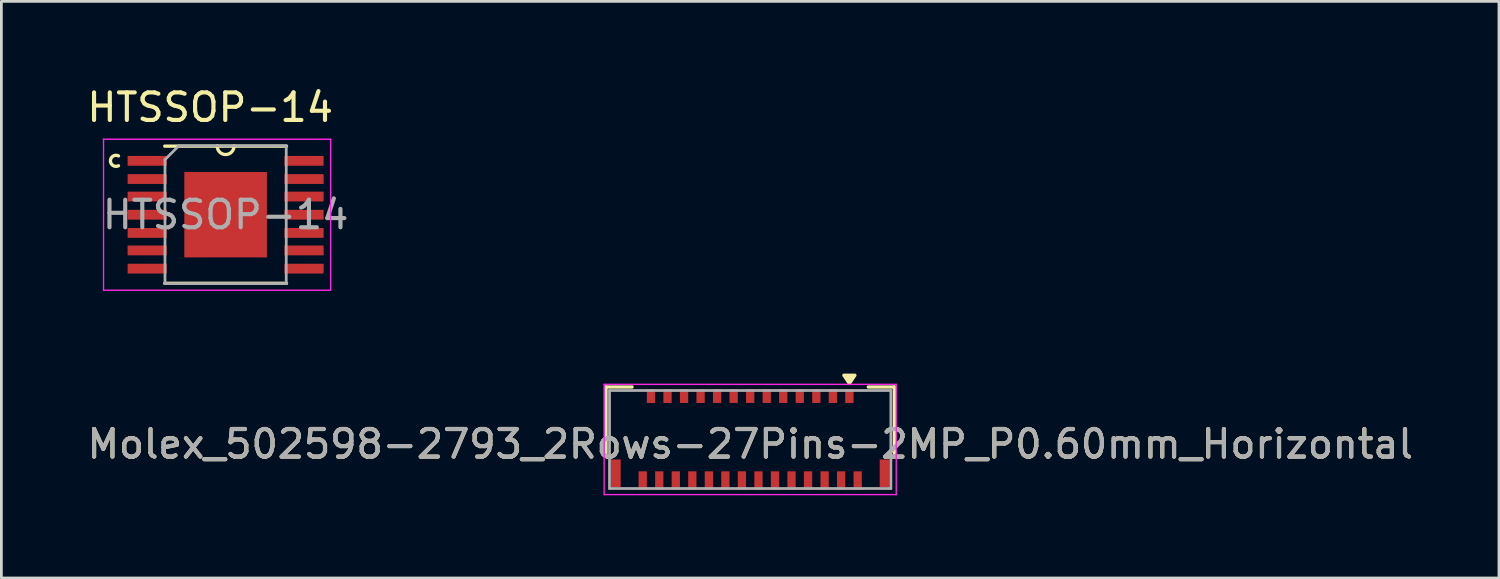
<source format=kicad_pcb>
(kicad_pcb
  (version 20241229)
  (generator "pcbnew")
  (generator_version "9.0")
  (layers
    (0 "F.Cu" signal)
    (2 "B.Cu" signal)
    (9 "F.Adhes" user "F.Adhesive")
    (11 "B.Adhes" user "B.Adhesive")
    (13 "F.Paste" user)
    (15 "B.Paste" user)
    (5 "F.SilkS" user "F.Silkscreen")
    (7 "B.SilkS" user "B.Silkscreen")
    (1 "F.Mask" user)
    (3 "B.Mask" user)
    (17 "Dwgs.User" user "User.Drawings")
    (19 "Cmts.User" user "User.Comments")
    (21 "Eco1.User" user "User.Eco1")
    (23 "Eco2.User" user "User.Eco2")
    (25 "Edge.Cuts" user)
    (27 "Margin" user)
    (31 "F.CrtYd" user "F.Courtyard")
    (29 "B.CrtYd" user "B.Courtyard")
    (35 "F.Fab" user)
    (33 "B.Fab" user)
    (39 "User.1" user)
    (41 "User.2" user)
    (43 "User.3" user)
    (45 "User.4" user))
  (footprint "Molex_502598-2793_2Rows-27Pins-2MP_P0.60mm_Horizontal"
    (layer "F.Cu")
    (at 24.173 12.898)
    (property "Reference" "Molex_502598-2793_2Rows-27Pins-2MP_P0.60mm_Horizontal" (at 0 0.166 0) (unlocked yes) (layer "F.SilkS") (effects (font (size 1 1) (thickness 0.15))))
    (attr smd)
    (fp_line (start -5.232 -1.905) (end -5.232 0.491) (stroke (width 0.12) (type solid)) (layer "F.SilkS"))
    (fp_line (start -4.286 -1.905) (end -5.232 -1.905) (stroke (width 0.12) (type solid)) (layer "F.SilkS"))
    (fp_line (start 5.232 -1.905) (end 4.286 -1.905) (stroke (width 0.12) (type solid)) (layer "F.SilkS"))
    (fp_line (start 5.232 0.491) (end 5.232 -1.905) (stroke (width 0.12) (type solid)) (layer "F.SilkS"))
    (fp_poly (pts (xy 3.6 -2.031) (xy 3.4 -2.331) (xy 3.8 -2.331)) (stroke (width 0.12) (type solid)) (fill yes) (layer "F.SilkS"))
    (fp_line (start -5.3 -2) (end -5.3 2) (stroke (width 0.05) (type solid)) (layer "F.CrtYd"))
    (fp_line (start -5.3 2) (end 5.3 2) (stroke (width 0.05) (type solid)) (layer "F.CrtYd"))
    (fp_line (start 5.3 -2) (end -5.3 -2) (stroke (width 0.05) (type solid)) (layer "F.CrtYd"))
    (fp_line (start 5.3 2) (end 5.3 -2) (stroke (width 0.05) (type solid)) (layer "F.CrtYd"))
    (fp_line (start -5.105 -1.778) (end -5.105 1.778) (stroke (width 0.1) (type solid)) (layer "F.Fab"))
    (fp_line (start -5.105 1.778) (end 5.105 1.778) (stroke (width 0.1) (type solid)) (layer "F.Fab"))
    (fp_line (start 5.105 -1.778) (end -5.105 -1.778) (stroke (width 0.1) (type solid)) (layer "F.Fab"))
    (fp_line (start 5.105 1.778) (end 5.105 -1.778) (stroke (width 0.1) (type solid)) (layer "F.Fab"))
    (fp_text user "${REFERENCE}" (at 0 0.166 0) (unlocked yes) (layer "F.Fab") (effects (font (size 1 1) (thickness 0.15))))
    (pad "1" smd rect (at 3.6 -1.575) (size 0.3 0.5) (layers "F.Cu" "F.Mask" "F.Paste"))
    (pad "2" smd rect (at 3 -1.575) (size 0.3 0.5) (layers "F.Cu" "F.Mask" "F.Paste"))
    (pad "3" smd rect (at 2.4 -1.575) (size 0.3 0.5) (layers "F.Cu" "F.Mask" "F.Paste"))
    (pad "4" smd rect (at 1.8 -1.575) (size 0.3 0.5) (layers "F.Cu" "F.Mask" "F.Paste"))
    (pad "5" smd rect (at 1.2 -1.575) (size 0.3 0.5) (layers "F.Cu" "F.Mask" "F.Paste"))
    (pad "6" smd rect (at 0.6 -1.575) (size 0.3 0.5) (layers "F.Cu" "F.Mask" "F.Paste"))
    (pad "7" smd rect (at 0 -1.575) (size 0.3 0.5) (layers "F.Cu" "F.Mask" "F.Paste"))
    (pad "8" smd rect (at -0.6 -1.575) (size 0.3 0.5) (layers "F.Cu" "F.Mask" "F.Paste"))
    (pad "9" smd rect (at -1.2 -1.575) (size 0.3 0.5) (layers "F.Cu" "F.Mask" "F.Paste"))
    (pad "10" smd rect (at -1.8 -1.575) (size 0.3 0.5) (layers "F.Cu" "F.Mask" "F.Paste"))
    (pad "11" smd rect (at -2.4 -1.575) (size 0.3 0.5) (layers "F.Cu" "F.Mask" "F.Paste"))
    (pad "12" smd rect (at -3 -1.575) (size 0.3 0.5) (layers "F.Cu" "F.Mask" "F.Paste"))
    (pad "13" smd rect (at -3.6 -1.575) (size 0.3 0.5) (layers "F.Cu" "F.Mask" "F.Paste"))
    (pad "14" smd rect (at 3.9 1.49) (size 0.3 0.67) (layers "F.Cu" "F.Mask" "F.Paste"))
    (pad "15" smd rect (at 3.3 1.49) (size 0.3 0.67) (layers "F.Cu" "F.Mask" "F.Paste"))
    (pad "16" smd rect (at 2.7 1.49) (size 0.3 0.67) (layers "F.Cu" "F.Mask" "F.Paste"))
    (pad "17" smd rect (at 2.1 1.49) (size 0.3 0.67) (layers "F.Cu" "F.Mask" "F.Paste"))
    (pad "18" smd rect (at 1.5 1.49) (size 0.3 0.67) (layers "F.Cu" "F.Mask" "F.Paste"))
    (pad "19" smd rect (at 0.9 1.49) (size 0.3 0.67) (layers "F.Cu" "F.Mask" "F.Paste"))
    (pad "20" smd rect (at 0.3 1.49) (size 0.3 0.67) (layers "F.Cu" "F.Mask" "F.Paste"))
    (pad "21" smd rect (at -0.3 1.49) (size 0.3 0.67) (layers "F.Cu" "F.Mask" "F.Paste"))
    (pad "22" smd rect (at -0.9 1.49) (size 0.3 0.67) (layers "F.Cu" "F.Mask" "F.Paste"))
    (pad "23" smd rect (at -1.5 1.49) (size 0.3 0.67) (layers "F.Cu" "F.Mask" "F.Paste"))
    (pad "24" smd rect (at -2.1 1.49) (size 0.3 0.67) (layers "F.Cu" "F.Mask" "F.Paste"))
    (pad "25" smd rect (at -2.7 1.49) (size 0.3 0.67) (layers "F.Cu" "F.Mask" "F.Paste"))
    (pad "26" smd rect (at -3.3 1.49) (size 0.3 0.67) (layers "F.Cu" "F.Mask" "F.Paste"))
    (pad "27" smd rect (at -3.9 1.49) (size 0.3 0.67) (layers "F.Cu" "F.Mask" "F.Paste"))
    (pad "MP" smd rect (at -4.875 1.225) (size 0.35 1) (layers "F.Cu" "F.Mask" "F.Paste"))
    (pad "MP" smd rect (at 4.875 1.225) (size 0.35 1) (layers "F.Cu" "F.Mask" "F.Paste")))
  (footprint "HTSSOP-14"
    (layer "F.Cu")
    (at 5.137 4.742)
    (property "Reference" "HTSSOP-14" (at -0.56 -3.894 0) (layer "F.SilkS") (effects (font (size 1 1) (thickness 0.15))))
    (attr smd)
    (fp_line (start -2.21 2.489) (end 2.21 2.489) (stroke (width 0.12) (type solid)) (layer "F.SilkS"))
    (fp_line (start -0.305 -2.489) (end -2.21 -2.489) (stroke (width 0.12) (type solid)) (layer "F.SilkS"))
    (fp_line (start 0.305 -2.489) (end -0.305 -2.489) (stroke (width 0.12) (type solid)) (layer "F.SilkS"))
    (fp_line (start 2.21 -2.489) (end 0.305 -2.489) (stroke (width 0.12) (type solid)) (layer "F.SilkS"))
    (fp_arc (start -3.886205 -1.777997) (mid -4.17921 -1.955803) (end -3.8862 -2.1336) (stroke (width 0.12) (type solid)) (layer "F.SilkS"))
    (fp_arc (start 0.3048 -2.4892) (mid 0 -2.1844) (end -0.3048 -2.4892) (stroke (width 0.12) (type solid)) (layer "F.SilkS"))
    (fp_line (start -3.2 -2.108) (end -3.2 -1.803) (stroke (width 0.152) (type solid)) (layer "Eco2.User"))
    (fp_line (start -3.2 -1.803) (end -2.21 -1.803) (stroke (width 0.152) (type solid)) (layer "Eco2.User"))
    (fp_line (start -3.2 -1.448) (end -3.2 -1.143) (stroke (width 0.152) (type solid)) (layer "Eco2.User"))
    (fp_line (start -3.2 -1.143) (end -2.21 -1.143) (stroke (width 0.152) (type solid)) (layer "Eco2.User"))
    (fp_line (start -3.2 -0.787) (end -3.2 -0.508) (stroke (width 0.152) (type solid)) (layer "Eco2.User"))
    (fp_line (start -3.2 -0.508) (end -2.21 -0.508) (stroke (width 0.152) (type solid)) (layer "Eco2.User"))
    (fp_line (start -3.2 -0.152) (end -3.2 0.152) (stroke (width 0.152) (type solid)) (layer "Eco2.User"))
    (fp_line (start -3.2 0.152) (end -2.21 0.152) (stroke (width 0.152) (type solid)) (layer "Eco2.User"))
    (fp_line (start -3.2 0.508) (end -3.2 0.787) (stroke (width 0.152) (type solid)) (layer "Eco2.User"))
    (fp_line (start -3.2 0.787) (end -2.21 0.787) (stroke (width 0.152) (type solid)) (layer "Eco2.User"))
    (fp_line (start -3.2 1.143) (end -3.2 1.448) (stroke (width 0.152) (type solid)) (layer "Eco2.User"))
    (fp_line (start -3.2 1.448) (end -2.21 1.448) (stroke (width 0.152) (type solid)) (layer "Eco2.User"))
    (fp_line (start -3.2 1.803) (end -3.2 2.108) (stroke (width 0.152) (type solid)) (layer "Eco2.User"))
    (fp_line (start -3.2 2.108) (end -2.21 2.108) (stroke (width 0.152) (type solid)) (layer "Eco2.User"))
    (fp_line (start -2.21 -2.489) (end -2.21 2.489) (stroke (width 0.152) (type solid)) (layer "Eco2.User"))
    (fp_line (start -2.21 -2.108) (end -3.2 -2.108) (stroke (width 0.152) (type solid)) (layer "Eco2.User"))
    (fp_line (start -2.21 -1.803) (end -2.21 -2.108) (stroke (width 0.152) (type solid)) (layer "Eco2.User"))
    (fp_line (start -2.21 -1.448) (end -3.2 -1.448) (stroke (width 0.152) (type solid)) (layer "Eco2.User"))
    (fp_line (start -2.21 -1.143) (end -2.21 -1.448) (stroke (width 0.152) (type solid)) (layer "Eco2.User"))
    (fp_line (start -2.21 -0.787) (end -3.2 -0.787) (stroke (width 0.152) (type solid)) (layer "Eco2.User"))
    (fp_line (start -2.21 -0.508) (end -2.21 -0.787) (stroke (width 0.152) (type solid)) (layer "Eco2.User"))
    (fp_line (start -2.21 -0.152) (end -3.2 -0.152) (stroke (width 0.152) (type solid)) (layer "Eco2.User"))
    (fp_line (start -2.21 0.152) (end -2.21 -0.152) (stroke (width 0.152) (type solid)) (layer "Eco2.User"))
    (fp_line (start -2.21 0.508) (end -3.2 0.508) (stroke (width 0.152) (type solid)) (layer "Eco2.User"))
    (fp_line (start -2.21 0.787) (end -2.21 0.508) (stroke (width 0.152) (type solid)) (layer "Eco2.User"))
    (fp_line (start -2.21 1.143) (end -3.2 1.143) (stroke (width 0.152) (type solid)) (layer "Eco2.User"))
    (fp_line (start -2.21 1.448) (end -2.21 1.143) (stroke (width 0.152) (type solid)) (layer "Eco2.User"))
    (fp_line (start -2.21 1.803) (end -3.2 1.803) (stroke (width 0.152) (type solid)) (layer "Eco2.User"))
    (fp_line (start -2.21 2.108) (end -2.21 1.803) (stroke (width 0.152) (type solid)) (layer "Eco2.User"))
    (fp_line (start -2.21 2.489) (end 2.21 2.489) (stroke (width 0.152) (type solid)) (layer "Eco2.User"))
    (fp_line (start -0.305 -2.489) (end -2.21 -2.489) (stroke (width 0.152) (type solid)) (layer "Eco2.User"))
    (fp_line (start 0.305 -2.489) (end -0.305 -2.489) (stroke (width 0.152) (type solid)) (layer "Eco2.User"))
    (fp_line (start 2.21 -2.489) (end 0.305 -2.489) (stroke (width 0.152) (type solid)) (layer "Eco2.User"))
    (fp_line (start 2.21 -2.108) (end 2.21 -1.803) (stroke (width 0.152) (type solid)) (layer "Eco2.User"))
    (fp_line (start 2.21 -1.803) (end 3.2 -1.803) (stroke (width 0.152) (type solid)) (layer "Eco2.User"))
    (fp_line (start 2.21 -1.448) (end 2.21 -1.143) (stroke (width 0.152) (type solid)) (layer "Eco2.User"))
    (fp_line (start 2.21 -1.143) (end 3.2 -1.143) (stroke (width 0.152) (type solid)) (layer "Eco2.User"))
    (fp_line (start 2.21 -0.787) (end 2.21 -0.508) (stroke (width 0.152) (type solid)) (layer "Eco2.User"))
    (fp_line (start 2.21 -0.508) (end 3.2 -0.508) (stroke (width 0.152) (type solid)) (layer "Eco2.User"))
    (fp_line (start 2.21 -0.152) (end 2.21 0.152) (stroke (width 0.152) (type solid)) (layer "Eco2.User"))
    (fp_line (start 2.21 0.152) (end 3.2 0.152) (stroke (width 0.152) (type solid)) (layer "Eco2.User"))
    (fp_line (start 2.21 0.508) (end 2.21 0.787) (stroke (width 0.152) (type solid)) (layer "Eco2.User"))
    (fp_line (start 2.21 0.787) (end 3.2 0.787) (stroke (width 0.152) (type solid)) (layer "Eco2.User"))
    (fp_line (start 2.21 1.143) (end 2.21 1.448) (stroke (width 0.152) (type solid)) (layer "Eco2.User"))
    (fp_line (start 2.21 1.448) (end 3.2 1.448) (stroke (width 0.152) (type solid)) (layer "Eco2.User"))
    (fp_line (start 2.21 1.803) (end 2.21 2.108) (stroke (width 0.152) (type solid)) (layer "Eco2.User"))
    (fp_line (start 2.21 2.108) (end 3.2 2.108) (stroke (width 0.152) (type solid)) (layer "Eco2.User"))
    (fp_line (start 2.21 2.489) (end 2.21 -2.489) (stroke (width 0.152) (type solid)) (layer "Eco2.User"))
    (fp_line (start 3.2 -2.108) (end 2.21 -2.108) (stroke (width 0.152) (type solid)) (layer "Eco2.User"))
    (fp_line (start 3.2 -1.803) (end 3.2 -2.108) (stroke (width 0.152) (type solid)) (layer "Eco2.User"))
    (fp_line (start 3.2 -1.448) (end 2.21 -1.448) (stroke (width 0.152) (type solid)) (layer "Eco2.User"))
    (fp_line (start 3.2 -1.143) (end 3.2 -1.448) (stroke (width 0.152) (type solid)) (layer "Eco2.User"))
    (fp_line (start 3.2 -0.787) (end 2.21 -0.787) (stroke (width 0.152) (type solid)) (layer "Eco2.User"))
    (fp_line (start 3.2 -0.508) (end 3.2 -0.787) (stroke (width 0.152) (type solid)) (layer "Eco2.User"))
    (fp_line (start 3.2 -0.152) (end 2.21 -0.152) (stroke (width 0.152) (type solid)) (layer "Eco2.User"))
    (fp_line (start 3.2 0.152) (end 3.2 -0.152) (stroke (width 0.152) (type solid)) (layer "Eco2.User"))
    (fp_line (start 3.2 0.508) (end 2.21 0.508) (stroke (width 0.152) (type solid)) (layer "Eco2.User"))
    (fp_line (start 3.2 0.787) (end 3.2 0.508) (stroke (width 0.152) (type solid)) (layer "Eco2.User"))
    (fp_line (start 3.2 1.143) (end 2.21 1.143) (stroke (width 0.152) (type solid)) (layer "Eco2.User"))
    (fp_line (start 3.2 1.448) (end 3.2 1.143) (stroke (width 0.152) (type solid)) (layer "Eco2.User"))
    (fp_line (start 3.2 1.803) (end 2.21 1.803) (stroke (width 0.152) (type solid)) (layer "Eco2.User"))
    (fp_line (start 3.2 2.108) (end 3.2 1.803) (stroke (width 0.152) (type solid)) (layer "Eco2.User"))
    (fp_arc (start -4.191 -1.9558) (mid -3.9878 -2.159) (end -3.7846 -1.9558) (stroke (width 0.1524) (type solid)) (layer "Eco2.User"))
    (fp_arc (start -3.7846 -1.9558) (mid -3.9878 -1.7526) (end -4.191 -1.9558) (stroke (width 0.1524) (type solid)) (layer "Eco2.User"))
    (fp_arc (start 0.3048 -2.4892) (mid 0 -2.1844) (end -0.3048 -2.4892) (stroke (width 0.1) (type solid)) (layer "Eco2.User"))
    (fp_line (start -4.43 -2.74) (end -4.43 2.74) (stroke (width 0.05) (type solid)) (layer "F.CrtYd"))
    (fp_line (start -4.43 -2.74) (end 3.81 -2.74) (stroke (width 0.05) (type solid)) (layer "F.CrtYd"))
    (fp_line (start 3.81 2.74) (end -4.43 2.74) (stroke (width 0.05) (type solid)) (layer "F.CrtYd"))
    (fp_line (start 3.81 2.74) (end 3.81 -2.74) (stroke (width 0.05) (type solid)) (layer "F.CrtYd"))
    (fp_line (start -2.2 2.5) (end -2.2 -2) (stroke (width 0.1) (type solid)) (layer "F.Fab"))
    (fp_line (start -1.7 -2.5) (end -2.2 -2) (stroke (width 0.1) (type solid)) (layer "F.Fab"))
    (fp_line (start -1.7 -2.5) (end 2.2 -2.5) (stroke (width 0.1) (type solid)) (layer "F.Fab"))
    (fp_line (start 2.2 -2.5) (end 2.2 2.5) (stroke (width 0.1) (type solid)) (layer "F.Fab"))
    (fp_line (start 2.2 2.5) (end -2.2 2.5) (stroke (width 0.1) (type solid)) (layer "F.Fab"))
    (fp_text user "${REFERENCE}" (at 0 0 0) (layer "F.Fab") (effects (font (size 1 1) (thickness 0.15))))
    (pad "1" smd rect (at -2.845 -1.956) (size 1.422 0.356) (layers "F.Cu" "F.Mask" "F.Paste"))
    (pad "2" smd rect (at -2.845 -1.295) (size 1.422 0.356) (layers "F.Cu" "F.Mask" "F.Paste"))
    (pad "3" smd rect (at -2.845 -0.66) (size 1.422 0.356) (layers "F.Cu" "F.Mask" "F.Paste"))
    (pad "4" smd rect (at -2.845 0) (size 1.422 0.356) (layers "F.Cu" "F.Mask" "F.Paste"))
    (pad "5" smd rect (at -2.845 0.66) (size 1.422 0.356) (layers "F.Cu" "F.Mask" "F.Paste"))
    (pad "6" smd rect (at -2.845 1.295) (size 1.422 0.356) (layers "F.Cu" "F.Mask" "F.Paste"))
    (pad "7" smd rect (at -2.845 1.956) (size 1.422 0.356) (layers "F.Cu" "F.Mask" "F.Paste"))
    (pad "8" smd rect (at 2.845 1.956 180) (size 1.422 0.356) (layers "F.Cu" "F.Mask" "F.Paste"))
    (pad "9" smd rect (at 2.845 1.295 180) (size 1.422 0.356) (layers "F.Cu" "F.Mask" "F.Paste"))
    (pad "10" smd rect (at 2.845 0.66 180) (size 1.422 0.356) (layers "F.Cu" "F.Mask" "F.Paste"))
    (pad "11" smd rect (at 2.845 0 180) (size 1.422 0.356) (layers "F.Cu" "F.Mask" "F.Paste"))
    (pad "12" smd rect (at 2.845 -0.66 180) (size 1.422 0.356) (layers "F.Cu" "F.Mask" "F.Paste"))
    (pad "13" smd rect (at 2.845 -1.295 180) (size 1.422 0.356) (layers "F.Cu" "F.Mask" "F.Paste"))
    (pad "14" smd rect (at 2.845 -1.956 180) (size 1.422 0.356) (layers "F.Cu" "F.Mask" "F.Paste"))
    (pad "15" smd rect (at 0 0) (size 2.997 3.099) (layers "F.Cu" "F.Mask" "F.Paste")))
  (gr_rect
    (start -3 -3)
    (end 51.345 17.923)
    (stroke (width 0.1) (type default))
    (fill no)
    (layer "Edge.Cuts")))
</source>
